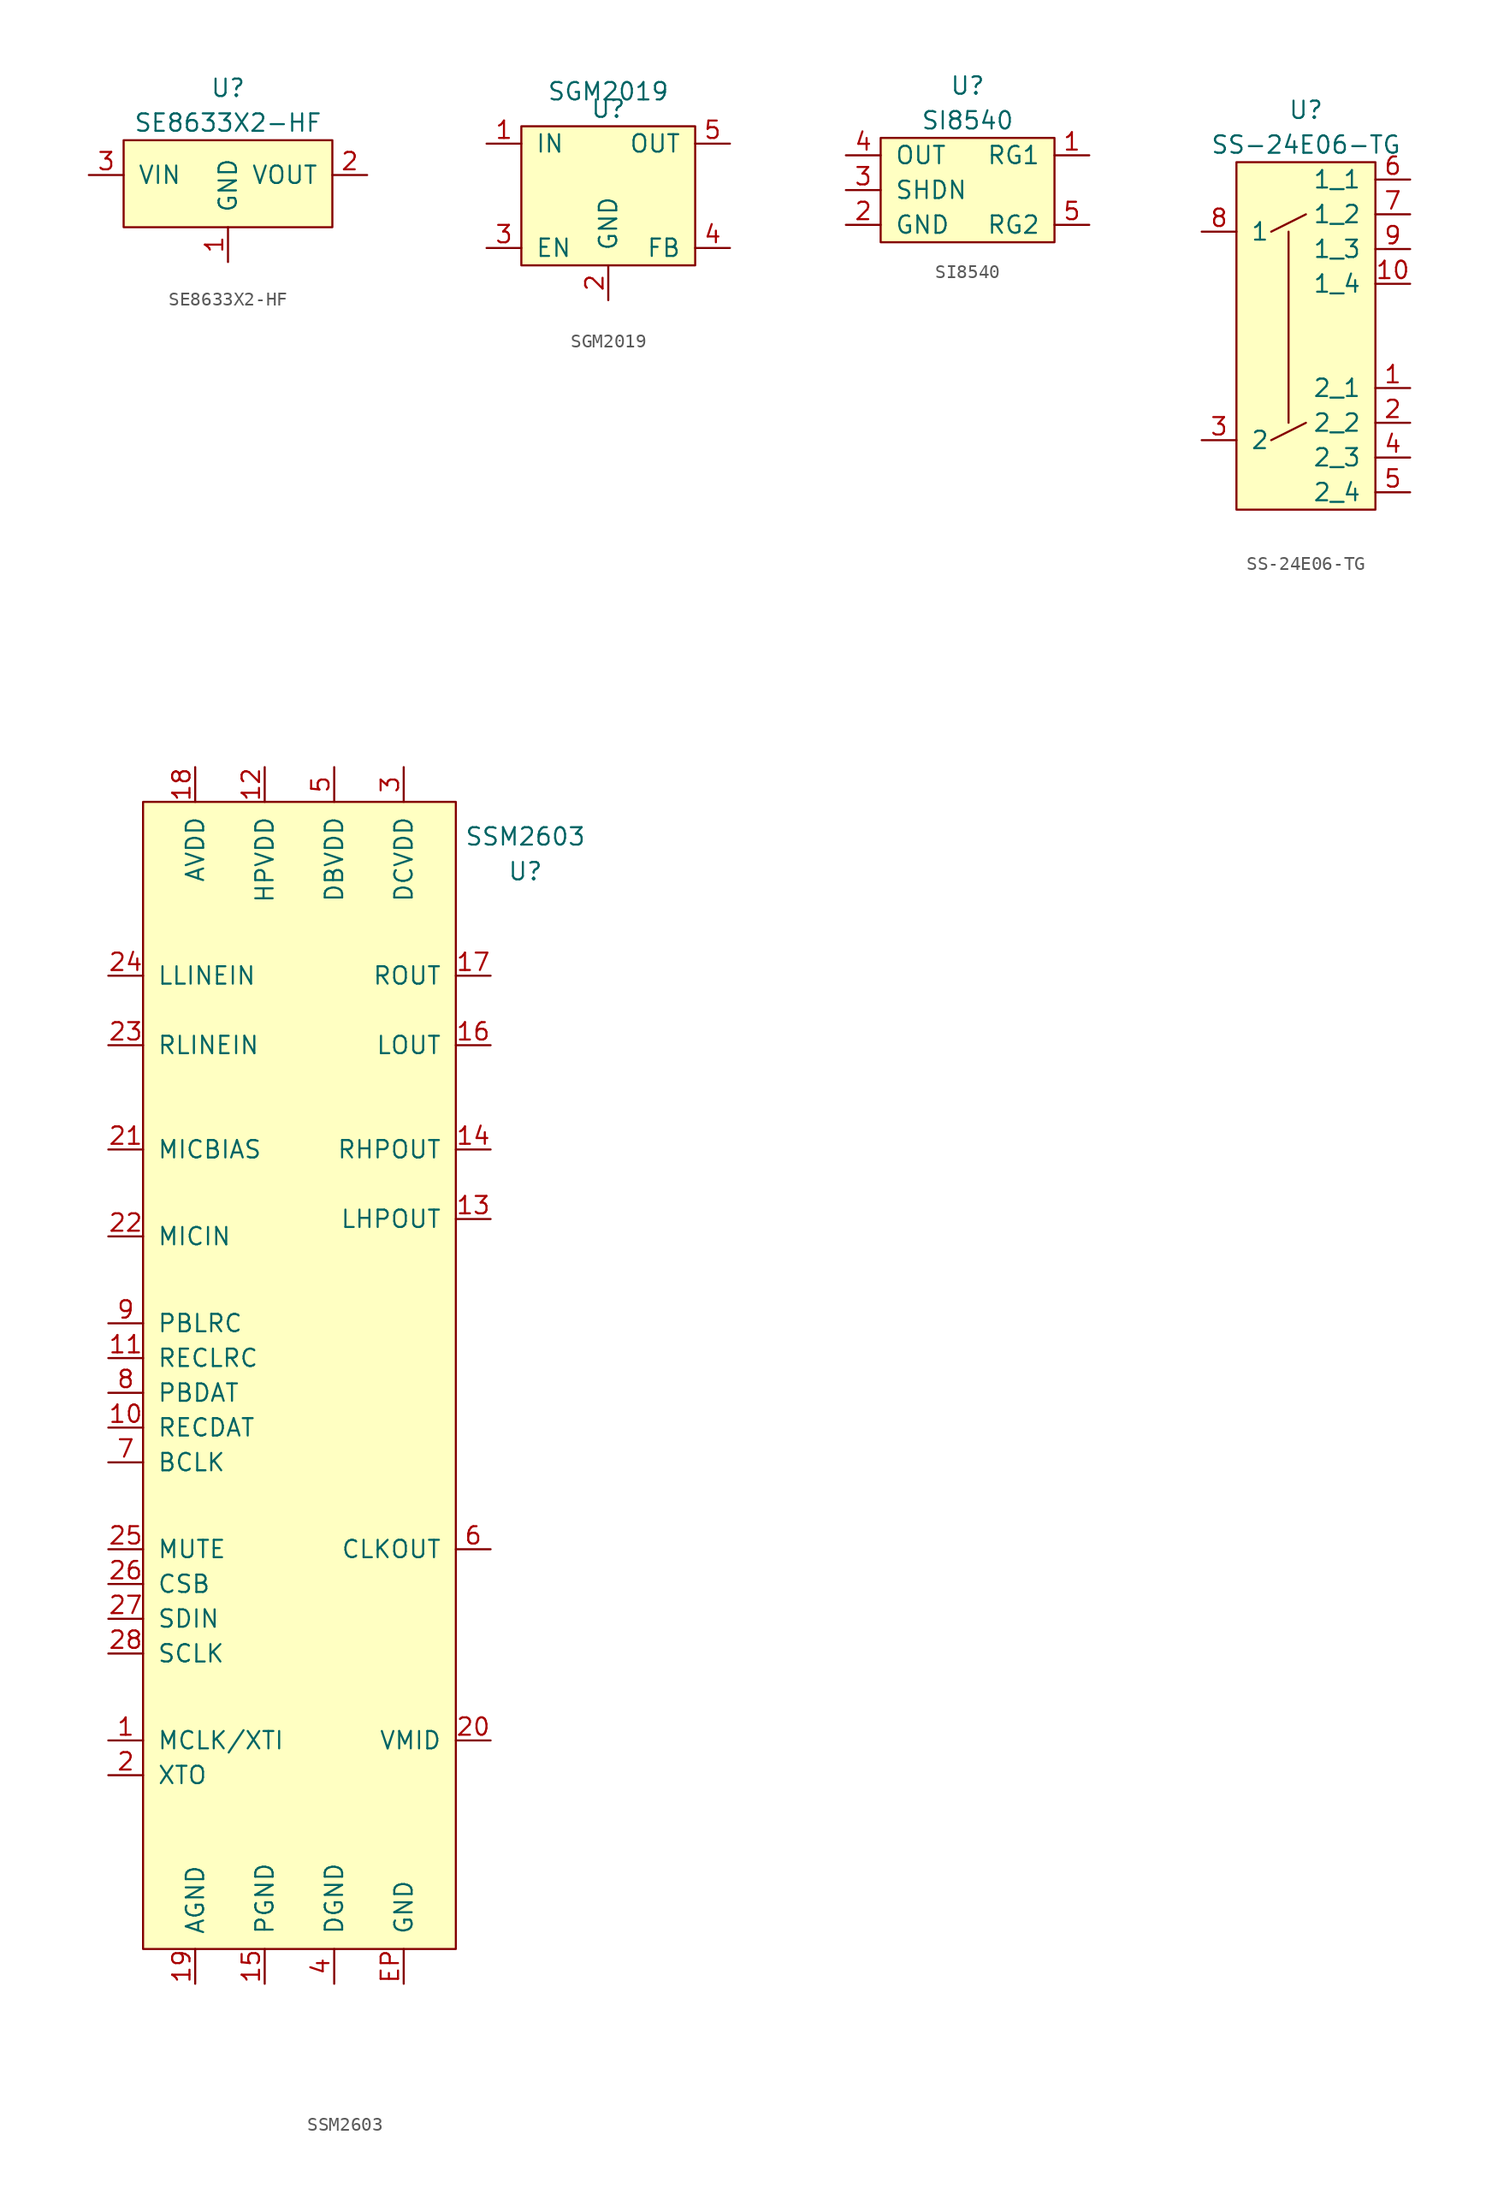
<source format=kicad_sym>
(kicad_symbol_lib
  (version 20231120)
  (generator "kicad_symbol_editor")
  (generator_version "8.0")
  (symbol "SE8633X2-HF"
    (pin_names
      (offset 1.016))
    (property "Reference" "U"
      (at 0 6.35 0)
      (effects (font (size 1.27 1.27))))
    (property "Value" "SE8633X2-HF"
      (at 0 3.81 0)
      (effects (font (size 1.27 1.27))))
    (symbol "SE8633X2-HF_0_1"
      (rectangle (start -7.62 2.54) (end 7.62 -3.81) (stroke (width 0) (type solid)) (fill (type background))))
    (symbol "SE8633X2-HF_1_1"
      (pin input line (at 0 -6.35 90) (length 2.54) (name "GND" (effects (font (size 1.27 1.27)))) (number "1" (effects (font (size 1.27 1.27)))))
      (pin input line (at 10.16 0 180) (length 2.54) (name "VOUT" (effects (font (size 1.27 1.27)))) (number "2" (effects (font (size 1.27 1.27)))))
      (pin input line (at -10.16 0 0) (length 2.54) (name "VIN" (effects (font (size 1.27 1.27)))) (number "3" (effects (font (size 1.27 1.27)))))))
  (symbol "SGM2019"
    (pin_names
      (offset 1.016))
    (property "Reference" "U"
      (at 0 6.35 0)
      (effects (font (size 1.27 1.27))))
    (property "Value" "SGM2019"
      (at 0 7.62 0)
      (effects (font (size 1.27 1.27))))
    (symbol "SGM2019_0_1"
      (rectangle (start -6.35 5.08) (end 6.35 -5.08) (stroke (width 0) (type solid)) (fill (type background))))
    (symbol "SGM2019_1_1"
      (pin input line (at -8.89 3.81 0) (length 2.54) (name "IN" (effects (font (size 1.27 1.27)))) (number "1" (effects (font (size 1.27 1.27)))))
      (pin input line (at 0 -7.62 90) (length 2.54) (name "GND" (effects (font (size 1.27 1.27)))) (number "2" (effects (font (size 1.27 1.27)))))
      (pin input line (at -8.89 -3.81 0) (length 2.54) (name "EN" (effects (font (size 1.27 1.27)))) (number "3" (effects (font (size 1.27 1.27)))))
      (pin input line (at 8.89 -3.81 180) (length 2.54) (name "FB" (effects (font (size 1.27 1.27)))) (number "4" (effects (font (size 1.27 1.27)))))
      (pin input line (at 8.89 3.81 180) (length 2.54) (name "OUT" (effects (font (size 1.27 1.27)))) (number "5" (effects (font (size 1.27 1.27)))))))
  (symbol "SI8540"
    (pin_names
      (offset 1.016))
    (property "Reference" "U"
      (at 0 7.62 0)
      (effects (font (size 1.27 1.27))))
    (property "Value" "SI8540"
      (at 0 5.08 0)
      (effects (font (size 1.27 1.27))))
    (symbol "SI8540_0_1"
      (rectangle (start -6.35 3.81) (end 6.35 -3.81) (stroke (width 0) (type solid)) (fill (type background))))
    (symbol "SI8540_1_1"
      (pin input line (at 8.89 2.54 180) (length 2.54) (name "RG1" (effects (font (size 1.27 1.27)))) (number "1" (effects (font (size 1.27 1.27)))))
      (pin input line (at -8.89 -2.54 0) (length 2.54) (name "GND" (effects (font (size 1.27 1.27)))) (number "2" (effects (font (size 1.27 1.27)))))
      (pin input line (at -8.89 0 0) (length 2.54) (name "SHDN" (effects (font (size 1.27 1.27)))) (number "3" (effects (font (size 1.27 1.27)))))
      (pin input line (at -8.89 2.54 0) (length 2.54) (name "OUT" (effects (font (size 1.27 1.27)))) (number "4" (effects (font (size 1.27 1.27)))))
      (pin input line (at 8.89 -2.54 180) (length 2.54) (name "RG2" (effects (font (size 1.27 1.27)))) (number "5" (effects (font (size 1.27 1.27)))))))
  (symbol "SS-24E06-TG"
    (pin_names
      (offset 1.016))
    (property "Reference" "U"
      (at 0 16.51 0)
      (effects (font (size 1.27 1.27))))
    (property "Value" "SS-24E06-TG"
      (at 0 13.97 0)
      (effects (font (size 1.27 1.27))))
    (symbol "SS-24E06-TG_0_1"
      (polyline (pts (xy -2.54 7.62) (xy 0 8.89)) (stroke (width 0) (type solid)) (fill (type none)))
      (polyline (pts (xy -1.27 7.62) (xy -1.27 -6.35)) (stroke (width 0) (type solid)) (fill (type none)))
      (polyline (pts (xy 0 -6.35) (xy -2.54 -7.62)) (stroke (width 0) (type solid)) (fill (type none)))
      (rectangle (start 5.08 12.7) (end -5.08 -12.7) (stroke (width 0) (type solid)) (fill (type background))))
    (symbol "SS-24E06-TG_1_1"
      (pin input line (at 7.62 -3.81 180) (length 2.54) (name "2_1" (effects (font (size 1.27 1.27)))) (number "1" (effects (font (size 1.27 1.27)))))
      (pin input line (at 7.62 3.81 180) (length 2.54) (name "1_4" (effects (font (size 1.27 1.27)))) (number "10" (effects (font (size 1.27 1.27)))))
      (pin input line (at 7.62 -6.35 180) (length 2.54) (name "2_2" (effects (font (size 1.27 1.27)))) (number "2" (effects (font (size 1.27 1.27)))))
      (pin input line (at -7.62 -7.62 0) (length 2.54) (name "2" (effects (font (size 1.27 1.27)))) (number "3" (effects (font (size 1.27 1.27)))))
      (pin input line (at 7.62 -8.89 180) (length 2.54) (name "2_3" (effects (font (size 1.27 1.27)))) (number "4" (effects (font (size 1.27 1.27)))))
      (pin input line (at 7.62 -11.43 180) (length 2.54) (name "2_4" (effects (font (size 1.27 1.27)))) (number "5" (effects (font (size 1.27 1.27)))))
      (pin input line (at 7.62 11.43 180) (length 2.54) (name "1_1" (effects (font (size 1.27 1.27)))) (number "6" (effects (font (size 1.27 1.27)))))
      (pin input line (at 7.62 8.89 180) (length 2.54) (name "1_2" (effects (font (size 1.27 1.27)))) (number "7" (effects (font (size 1.27 1.27)))))
      (pin input line (at -7.62 7.62 0) (length 2.54) (name "1" (effects (font (size 1.27 1.27)))) (number "8" (effects (font (size 1.27 1.27)))))
      (pin input line (at 7.62 6.35 180) (length 2.54) (name "1_3" (effects (font (size 1.27 1.27)))) (number "9" (effects (font (size 1.27 1.27)))))))
  (symbol "SSM2603"
    (pin_names
      (offset 1.016))
    (property "Reference" "U"
      (at 16.51 36.83 0)
      (effects (font (size 1.27 1.27))))
    (property "Value" "SSM2603"
      (at 16.51 39.37 0)
      (effects (font (size 1.27 1.27))))
    (symbol "SSM2603_0_1"
      (rectangle (start -11.43 41.91) (end 11.43 -41.91) (stroke (width 0) (type solid)) (fill (type background))))
    (symbol "SSM2603_1_1"
      (pin input line (at -13.97 -26.67 0) (length 2.54) (name "MCLK/XTI" (effects (font (size 1.27 1.27)))) (number "1" (effects (font (size 1.27 1.27)))))
      (pin input line (at -13.97 -3.81 0) (length 2.54) (name "RECDAT" (effects (font (size 1.27 1.27)))) (number "10" (effects (font (size 1.27 1.27)))))
      (pin input line (at -13.97 1.27 0) (length 2.54) (name "RECLRC" (effects (font (size 1.27 1.27)))) (number "11" (effects (font (size 1.27 1.27)))))
      (pin input line (at -2.54 44.45 270) (length 2.54) (name "HPVDD" (effects (font (size 1.27 1.27)))) (number "12" (effects (font (size 1.27 1.27)))))
      (pin input line (at 13.97 11.43 180) (length 2.54) (name "LHPOUT" (effects (font (size 1.27 1.27)))) (number "13" (effects (font (size 1.27 1.27)))))
      (pin input line (at 13.97 16.51 180) (length 2.54) (name "RHPOUT" (effects (font (size 1.27 1.27)))) (number "14" (effects (font (size 1.27 1.27)))))
      (pin input line (at -2.54 -44.45 90) (length 2.54) (name "PGND" (effects (font (size 1.27 1.27)))) (number "15" (effects (font (size 1.27 1.27)))))
      (pin input line (at 13.97 24.13 180) (length 2.54) (name "LOUT" (effects (font (size 1.27 1.27)))) (number "16" (effects (font (size 1.27 1.27)))))
      (pin input line (at 13.97 29.21 180) (length 2.54) (name "ROUT" (effects (font (size 1.27 1.27)))) (number "17" (effects (font (size 1.27 1.27)))))
      (pin input line (at -7.62 44.45 270) (length 2.54) (name "AVDD" (effects (font (size 1.27 1.27)))) (number "18" (effects (font (size 1.27 1.27)))))
      (pin input line (at -7.62 -44.45 90) (length 2.54) (name "AGND" (effects (font (size 1.27 1.27)))) (number "19" (effects (font (size 1.27 1.27)))))
      (pin input line (at -13.97 -29.21 0) (length 2.54) (name "XTO" (effects (font (size 1.27 1.27)))) (number "2" (effects (font (size 1.27 1.27)))))
      (pin input line (at 13.97 -26.67 180) (length 2.54) (name "VMID" (effects (font (size 1.27 1.27)))) (number "20" (effects (font (size 1.27 1.27)))))
      (pin input line (at -13.97 16.51 0) (length 2.54) (name "MICBIAS" (effects (font (size 1.27 1.27)))) (number "21" (effects (font (size 1.27 1.27)))))
      (pin input line (at -13.97 10.16 0) (length 2.54) (name "MICIN" (effects (font (size 1.27 1.27)))) (number "22" (effects (font (size 1.27 1.27)))))
      (pin input line (at -13.97 24.13 0) (length 2.54) (name "RLINEIN" (effects (font (size 1.27 1.27)))) (number "23" (effects (font (size 1.27 1.27)))))
      (pin input line (at -13.97 29.21 0) (length 2.54) (name "LLINEIN" (effects (font (size 1.27 1.27)))) (number "24" (effects (font (size 1.27 1.27)))))
      (pin input line (at -13.97 -12.7 0) (length 2.54) (name "MUTE" (effects (font (size 1.27 1.27)))) (number "25" (effects (font (size 1.27 1.27)))))
      (pin input line (at -13.97 -15.24 0) (length 2.54) (name "CSB" (effects (font (size 1.27 1.27)))) (number "26" (effects (font (size 1.27 1.27)))))
      (pin input line (at -13.97 -17.78 0) (length 2.54) (name "SDIN" (effects (font (size 1.27 1.27)))) (number "27" (effects (font (size 1.27 1.27)))))
      (pin input line (at -13.97 -20.32 0) (length 2.54) (name "SCLK" (effects (font (size 1.27 1.27)))) (number "28" (effects (font (size 1.27 1.27)))))
      (pin input line (at 7.62 44.45 270) (length 2.54) (name "DCVDD" (effects (font (size 1.27 1.27)))) (number "3" (effects (font (size 1.27 1.27)))))
      (pin input line (at 2.54 -44.45 90) (length 2.54) (name "DGND" (effects (font (size 1.27 1.27)))) (number "4" (effects (font (size 1.27 1.27)))))
      (pin input line (at 2.54 44.45 270) (length 2.54) (name "DBVDD" (effects (font (size 1.27 1.27)))) (number "5" (effects (font (size 1.27 1.27)))))
      (pin input line (at 13.97 -12.7 180) (length 2.54) (name "CLKOUT" (effects (font (size 1.27 1.27)))) (number "6" (effects (font (size 1.27 1.27)))))
      (pin input line (at -13.97 -6.35 0) (length 2.54) (name "BCLK" (effects (font (size 1.27 1.27)))) (number "7" (effects (font (size 1.27 1.27)))))
      (pin input line (at -13.97 -1.27 0) (length 2.54) (name "PBDAT" (effects (font (size 1.27 1.27)))) (number "8" (effects (font (size 1.27 1.27)))))
      (pin input line (at -13.97 3.81 0) (length 2.54) (name "PBLRC" (effects (font (size 1.27 1.27)))) (number "9" (effects (font (size 1.27 1.27)))))
      (pin input line (at 7.62 -44.45 90) (length 2.54) (name "GND" (effects (font (size 1.27 1.27)))) (number "EP" (effects (font (size 1.27 1.27))))))))
</source>
